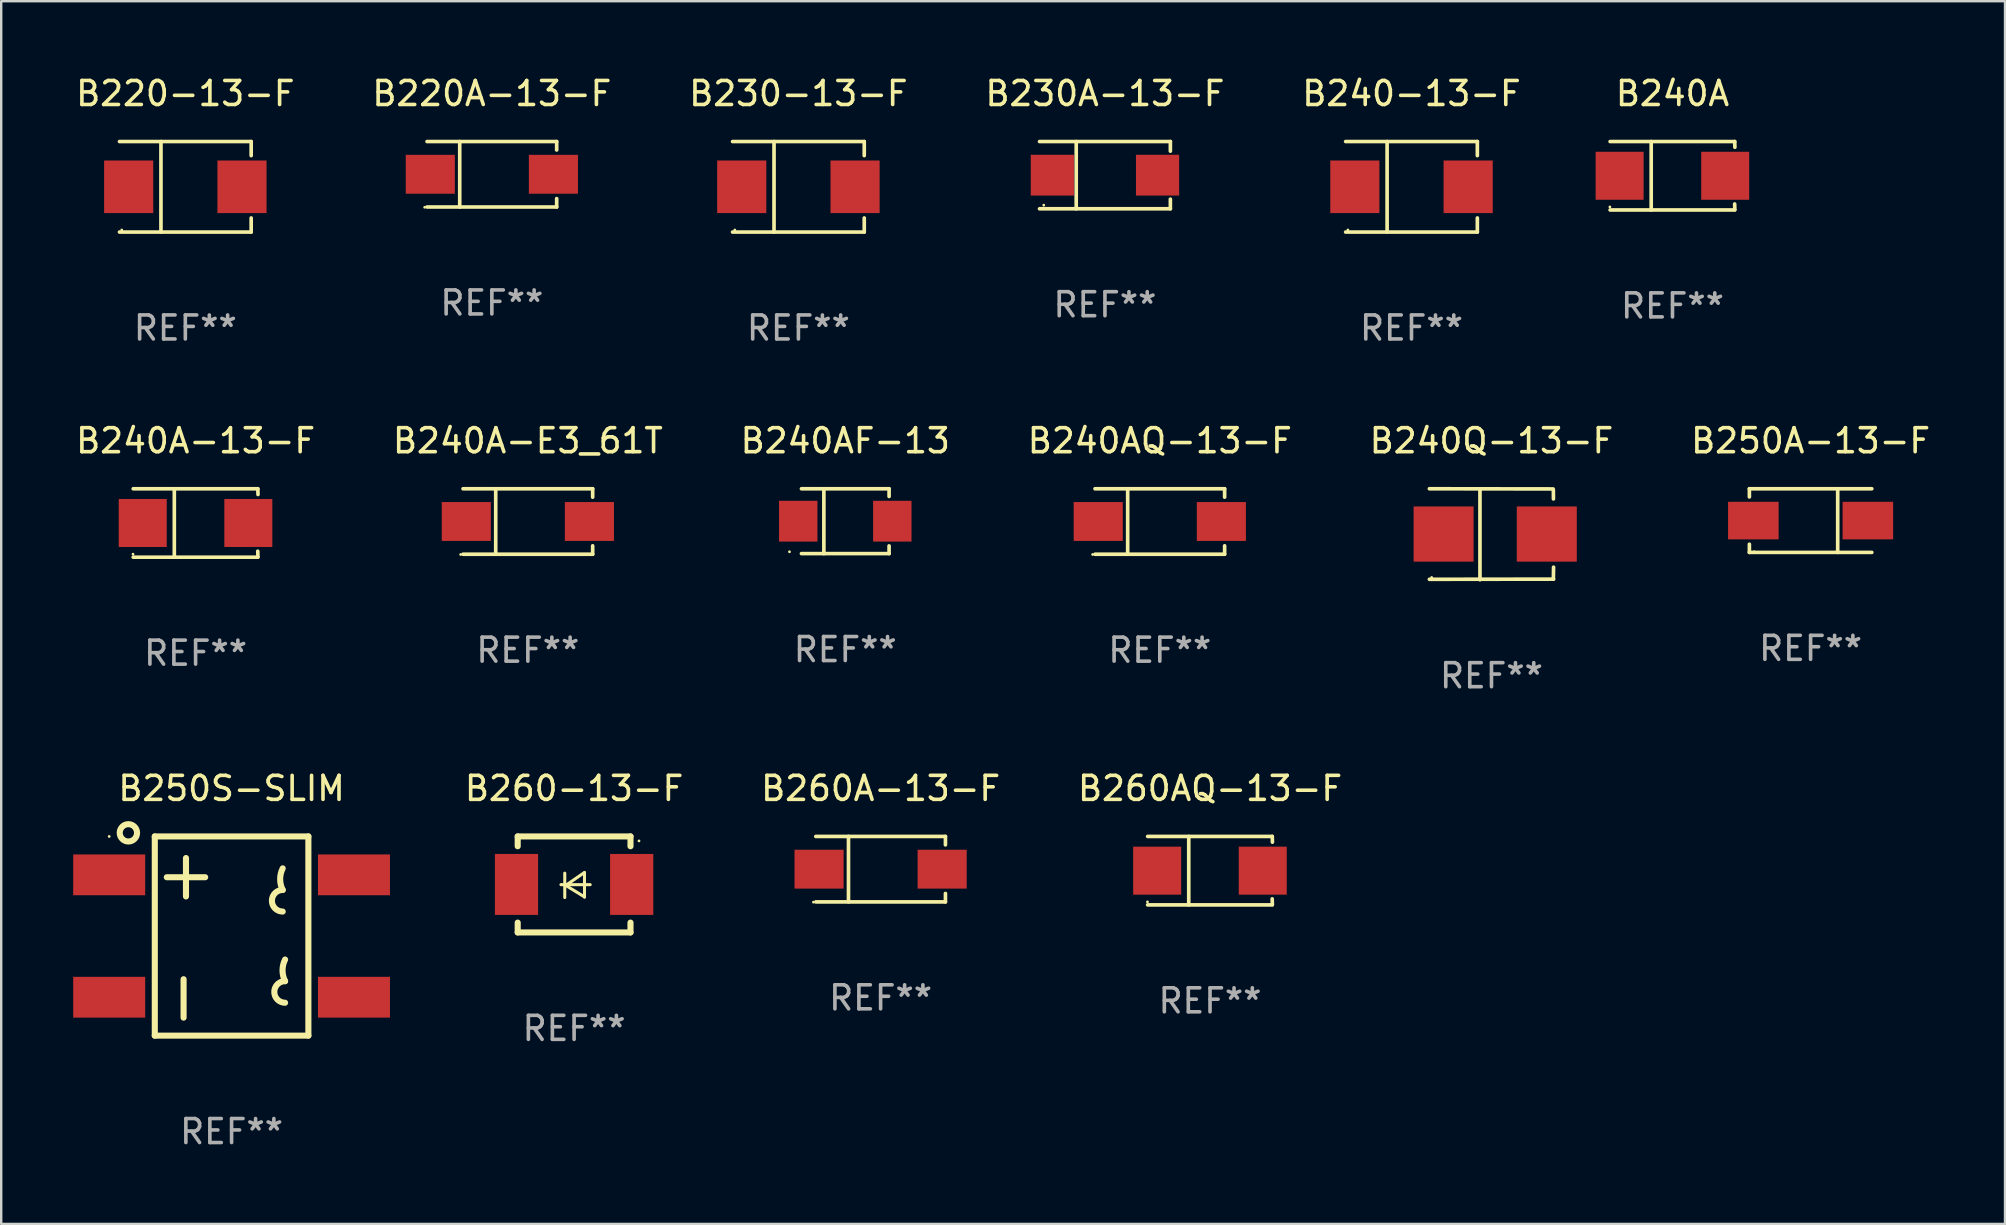
<source format=kicad_pcb>
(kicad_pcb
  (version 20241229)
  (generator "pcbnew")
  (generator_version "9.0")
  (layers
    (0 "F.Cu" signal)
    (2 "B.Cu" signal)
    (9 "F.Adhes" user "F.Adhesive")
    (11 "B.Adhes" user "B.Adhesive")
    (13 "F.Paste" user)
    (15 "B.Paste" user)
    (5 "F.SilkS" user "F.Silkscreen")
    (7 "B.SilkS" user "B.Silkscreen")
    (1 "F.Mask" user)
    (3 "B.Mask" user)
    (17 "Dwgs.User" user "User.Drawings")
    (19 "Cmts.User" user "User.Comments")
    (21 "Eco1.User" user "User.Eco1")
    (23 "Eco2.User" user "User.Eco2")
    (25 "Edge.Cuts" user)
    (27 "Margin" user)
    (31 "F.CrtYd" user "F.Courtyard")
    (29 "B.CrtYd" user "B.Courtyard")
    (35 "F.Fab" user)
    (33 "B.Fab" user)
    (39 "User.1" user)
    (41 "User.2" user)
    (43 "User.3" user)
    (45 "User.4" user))
  (footprint "B240A"
    (layer "F.Cu")
    (at 66.644 4.274)
    (property "Reference" "B240A" (at 0 -3.426 0) (layer "F.SilkS") (effects (font (size 1 1) (thickness 0.15))))
    (attr through_hole)
    (fp_line (start -2.6 -1.426) (end 2.593 -1.426) (stroke (width 0.152) (type solid)) (layer "F.SilkS"))
    (fp_line (start -2.6 1.426) (end 2.593 1.426) (stroke (width 0.152) (type solid)) (layer "F.SilkS"))
    (fp_line (start -0.887 -1.426) (end -0.887 1.426) (stroke (width 0.152) (type solid)) (layer "F.SilkS"))
    (fp_line (start 2.59 1.176) (end 2.597 1.415) (stroke (width 0.152) (type solid)) (layer "F.SilkS"))
    (fp_line (start 2.593 -1.426) (end 2.6 -1.187) (stroke (width 0.152) (type solid)) (layer "F.SilkS"))
    (fp_circle (center -2.608 1.3) (end -2.578 1.3) (stroke (width 0.06) (type solid)) (fill no) (layer "F.SilkS"))
    (fp_text user "REF**" (at 0 5.426 0) (layer "F.Fab") (effects (font (size 1 1) (thickness 0.15))))
    (pad "1" smd rect (at -2.203 0 180) (size 2 2) (layers "F.Cu" "F.Mask" "F.Paste"))
    (pad "2" smd rect (at 2.197 0 180) (size 2 2) (layers "F.Cu" "F.Mask" "F.Paste")))
  (footprint "B260A-13-F"
    (layer "F.Cu")
    (at 33.646 33.169)
    (property "Reference" "B260A-13-F" (at 0 -3.364 0) (layer "F.SilkS") (effects (font (size 1 1) (thickness 0.15))))
    (attr through_hole)
    (fp_line (start -2.701 -1.364) (end 2.701 -1.364) (stroke (width 0.152) (type solid)) (layer "F.SilkS"))
    (fp_line (start -2.701 1.364) (end 2.701 1.364) (stroke (width 0.152) (type solid)) (layer "F.SilkS"))
    (fp_line (start -1.339 -1.364) (end -1.339 1.364) (stroke (width 0.152) (type solid)) (layer "F.SilkS"))
    (fp_line (start 2.701 -1.364) (end 2.701 -1.013) (stroke (width 0.152) (type solid)) (layer "F.SilkS"))
    (fp_line (start 2.701 1.364) (end 2.701 1.013) (stroke (width 0.152) (type solid)) (layer "F.SilkS"))
    (fp_circle (center -2.8 1.375) (end -2.77 1.375) (stroke (width 0.06) (type solid)) (fill no) (layer "F.SilkS"))
    (fp_text user "REF**" (at 0 5.364 0) (layer "F.Fab") (effects (font (size 1 1) (thickness 0.15))))
    (pad "1" smd rect (at -2.565 -0.000025) (size 2.046 1.62) (layers "F.Cu" "F.Mask" "F.Paste"))
    (pad "2" smd rect (at 2.565 -0.000025) (size 2.046 1.62) (layers "F.Cu" "F.Mask" "F.Paste")))
  (footprint "B240AF-13"
    (layer "F.Cu")
    (at 32.173 18.668)
    (property "Reference" "B240AF-13" (at 0 -3.351 0) (layer "F.SilkS") (effects (font (size 1 1) (thickness 0.15))))
    (attr through_hole)
    (fp_line (start -1.826 -1.351) (end 1.826 -1.351) (stroke (width 0.152) (type solid)) (layer "F.SilkS"))
    (fp_line (start -1.826 1.351) (end 1.826 1.351) (stroke (width 0.152) (type solid)) (layer "F.SilkS"))
    (fp_line (start -0.892 -1.351) (end -0.892 1.351) (stroke (width 0.152) (type solid)) (layer "F.SilkS"))
    (fp_line (start 1.826 -1.351) (end 1.826 -1.03) (stroke (width 0.152) (type solid)) (layer "F.SilkS"))
    (fp_line (start 1.826 1.03) (end 1.826 1.351) (stroke (width 0.152) (type solid)) (layer "F.SilkS"))
    (fp_circle (center -2.325 1.275) (end -2.295 1.275) (stroke (width 0.06) (type solid)) (fill no) (layer "F.SilkS"))
    (fp_text user "REF**" (at 0 5.351 0) (layer "F.Fab") (effects (font (size 1 1) (thickness 0.15))))
    (pad "1" smd rect (at -1.96 0 180) (size 1.6 1.7) (layers "F.Cu" "F.Mask" "F.Paste"))
    (pad "2" smd rect (at 1.96 0 180) (size 1.6 1.7) (layers "F.Cu" "F.Mask" "F.Paste")))
  (footprint "B240A-E3_61T"
    (layer "F.Cu")
    (at 18.946 18.681)
    (property "Reference" "B240A-E3_61T" (at 0 -3.364 0) (layer "F.SilkS") (effects (font (size 1 1) (thickness 0.15))))
    (attr through_hole)
    (fp_line (start -2.701 -1.364) (end 2.701 -1.364) (stroke (width 0.152) (type solid)) (layer "F.SilkS"))
    (fp_line (start -2.701 1.364) (end 2.701 1.364) (stroke (width 0.152) (type solid)) (layer "F.SilkS"))
    (fp_line (start -1.339 -1.364) (end -1.339 1.364) (stroke (width 0.152) (type solid)) (layer "F.SilkS"))
    (fp_line (start 2.701 -1.364) (end 2.701 -1.013) (stroke (width 0.152) (type solid)) (layer "F.SilkS"))
    (fp_line (start 2.701 1.364) (end 2.701 1.013) (stroke (width 0.152) (type solid)) (layer "F.SilkS"))
    (fp_circle (center -2.8 1.375) (end -2.77 1.375) (stroke (width 0.06) (type solid)) (fill no) (layer "F.SilkS"))
    (fp_text user "REF**" (at 0 5.364 0) (layer "F.Fab") (effects (font (size 1 1) (thickness 0.15))))
    (pad "1" smd rect (at -2.565 -0.000025) (size 2.046 1.62) (layers "F.Cu" "F.Mask" "F.Paste"))
    (pad "2" smd rect (at 2.565 -0.000025) (size 2.046 1.62) (layers "F.Cu" "F.Mask" "F.Paste")))
  (footprint "B250A-13-F"
    (layer "F.Cu")
    (at 72.399 18.643)
    (property "Reference" "B250A-13-F" (at 0 -3.326 0) (layer "F.SilkS") (effects (font (size 1 1) (thickness 0.15))))
    (attr through_hole)
    (fp_line (start -2.551 -1.326) (end -2.551 -0.986) (stroke (width 0.152) (type solid)) (layer "F.SilkS"))
    (fp_line (start -2.551 1.326) (end -2.551 0.986) (stroke (width 0.152) (type solid)) (layer "F.SilkS"))
    (fp_line (start 1.129 1.326) (end 1.129 -1.326) (stroke (width 0.152) (type solid)) (layer "F.SilkS"))
    (fp_line (start 2.551 -1.326) (end -2.551 -1.326) (stroke (width 0.152) (type solid)) (layer "F.SilkS"))
    (fp_line (start 2.551 1.326) (end -2.551 1.326) (stroke (width 0.152) (type solid)) (layer "F.SilkS"))
    (fp_circle (center -2.35 1.3) (end -2.32 1.3) (stroke (width 0.06) (type solid)) (fill no) (layer "F.SilkS"))
    (fp_text user "REF**" (at 0 5.326 0) (layer "F.Fab") (effects (font (size 1 1) (thickness 0.15))))
    (pad "1" smd rect (at -2.386 0) (size 2.107 1.566) (layers "F.Cu" "F.Mask" "F.Paste"))
    (pad "2" smd rect (at 2.386 0) (size 2.107 1.566) (layers "F.Cu" "F.Mask" "F.Paste")))
  (footprint "B240A-13-F"
    (layer "F.Cu")
    (at 5.101 18.743)
    (property "Reference" "B240A-13-F" (at 0 -3.426 0) (layer "F.SilkS") (effects (font (size 1 1) (thickness 0.15))))
    (attr through_hole)
    (fp_line (start -2.6 -1.426) (end 2.593 -1.426) (stroke (width 0.152) (type solid)) (layer "F.SilkS"))
    (fp_line (start -2.6 1.426) (end 2.593 1.426) (stroke (width 0.152) (type solid)) (layer "F.SilkS"))
    (fp_line (start -0.887 -1.426) (end -0.887 1.426) (stroke (width 0.152) (type solid)) (layer "F.SilkS"))
    (fp_line (start 2.59 1.176) (end 2.597 1.415) (stroke (width 0.152) (type solid)) (layer "F.SilkS"))
    (fp_line (start 2.593 -1.426) (end 2.6 -1.187) (stroke (width 0.152) (type solid)) (layer "F.SilkS"))
    (fp_circle (center -2.608 1.3) (end -2.578 1.3) (stroke (width 0.06) (type solid)) (fill no) (layer "F.SilkS"))
    (fp_text user "REF**" (at 0 5.426 0) (layer "F.Fab") (effects (font (size 1 1) (thickness 0.15))))
    (pad "1" smd rect (at -2.203 0 180) (size 2 2) (layers "F.Cu" "F.Mask" "F.Paste"))
    (pad "2" smd rect (at 2.197 0 180) (size 2 2) (layers "F.Cu" "F.Mask" "F.Paste")))
  (footprint "B240AQ-13-F"
    (layer "F.Cu")
    (at 45.28 18.681)
    (property "Reference" "B240AQ-13-F" (at 0 -3.364 0) (layer "F.SilkS") (effects (font (size 1 1) (thickness 0.15))))
    (attr through_hole)
    (fp_line (start -2.701 -1.364) (end 2.701 -1.364) (stroke (width 0.152) (type solid)) (layer "F.SilkS"))
    (fp_line (start -2.701 1.364) (end 2.701 1.364) (stroke (width 0.152) (type solid)) (layer "F.SilkS"))
    (fp_line (start -1.339 -1.364) (end -1.339 1.364) (stroke (width 0.152) (type solid)) (layer "F.SilkS"))
    (fp_line (start 2.701 -1.364) (end 2.701 -1.013) (stroke (width 0.152) (type solid)) (layer "F.SilkS"))
    (fp_line (start 2.701 1.364) (end 2.701 1.013) (stroke (width 0.152) (type solid)) (layer "F.SilkS"))
    (fp_circle (center -2.8 1.375) (end -2.77 1.375) (stroke (width 0.06) (type solid)) (fill no) (layer "F.SilkS"))
    (fp_text user "REF**" (at 0 5.364 0) (layer "F.Fab") (effects (font (size 1 1) (thickness 0.15))))
    (pad "1" smd rect (at -2.565 -0.000025) (size 2.046 1.62) (layers "F.Cu" "F.Mask" "F.Paste"))
    (pad "2" smd rect (at 2.565 -0.000025) (size 2.046 1.62) (layers "F.Cu" "F.Mask" "F.Paste")))
  (footprint "B260-13-F"
    (layer "F.Cu")
    (at 20.873 33.805)
    (property "Reference" "B260-13-F" (at 0 -4 0) (layer "F.SilkS") (effects (font (size 1 1) (thickness 0.15))))
    (attr through_hole)
    (fp_line (start -2.35 -2) (end -2.35 -1.591) (stroke (width 0.254) (type solid)) (layer "F.SilkS"))
    (fp_line (start -2.35 -2) (end 2.35 -2) (stroke (width 0.254) (type solid)) (layer "F.SilkS"))
    (fp_line (start -2.35 1.591) (end -2.35 2) (stroke (width 0.254) (type solid)) (layer "F.SilkS"))
    (fp_line (start -2.35 2) (end 2.35 2) (stroke (width 0.254) (type solid)) (layer "F.SilkS"))
    (fp_line (start -0.548 0.01) (end 0.671 0.01) (stroke (width 0.127) (type solid)) (layer "F.SilkS"))
    (fp_line (start -0.389 -0.47) (end -0.389 0.546) (stroke (width 0.127) (type solid)) (layer "F.SilkS"))
    (fp_line (start -0.35 0.04) (end 0.433 0.52) (stroke (width 0.127) (type solid)) (layer "F.SilkS"))
    (fp_line (start 0.433 -0.5) (end -0.35 0.04) (stroke (width 0.127) (type solid)) (layer "F.SilkS"))
    (fp_line (start 0.433 0.53) (end 0.433 -0.486) (stroke (width 0.127) (type solid)) (layer "F.SilkS"))
    (fp_line (start 2.35 -2) (end 2.35 -1.591) (stroke (width 0.254) (type solid)) (layer "F.SilkS"))
    (fp_line (start 2.35 1.591) (end 2.35 2) (stroke (width 0.254) (type solid)) (layer "F.SilkS"))
    (fp_circle (center 2.704 -1.813) (end 2.734 -1.813) (stroke (width 0.06) (type solid)) (fill no) (layer "F.SilkS"))
    (fp_text user "REF**" (at 0 6 0) (layer "F.Fab") (effects (font (size 1 1) (thickness 0.15))))
    (pad "1" smd rect (at 2.4 0) (size 1.8 2.54) (layers "F.Cu" "F.Mask" "F.Paste"))
    (pad "2" smd rect (at -2.4 0) (size 1.8 2.54) (layers "F.Cu" "F.Mask" "F.Paste")))
  (footprint "B250S-SLIM"
    (layer "F.Cu")
    (at 6.6 35.955)
    (property "Reference" "B250S-SLIM" (at 0 -6.15 0) (layer "F.SilkS") (effects (font (size 1 1) (thickness 0.15))))
    (attr through_hole)
    (fp_line (start -3.2 -4.15) (end -3.2 4.15) (stroke (width 0.254) (type solid)) (layer "F.SilkS"))
    (fp_line (start -3.2 4.15) (end 3.2 4.15) (stroke (width 0.254) (type solid)) (layer "F.SilkS"))
    (fp_line (start -2.7 -2.45) (end -1.1 -2.45) (stroke (width 0.254) (type solid)) (layer "F.SilkS"))
    (fp_line (start -2 3.4) (end -2 1.8) (stroke (width 0.254) (type solid)) (layer "F.SilkS"))
    (fp_line (start -1.9 -1.65) (end -1.9 -3.25) (stroke (width 0.254) (type solid)) (layer "F.SilkS"))
    (fp_line (start 3.2 -4.15) (end -3.2 -4.15) (stroke (width 0.254) (type solid)) (layer "F.SilkS"))
    (fp_line (start 3.2 4.15) (end 3.2 -4.15) (stroke (width 0.254) (type solid)) (layer "F.SilkS"))
    (fp_arc (start 2.130455 -1.920016) (mid 2.024226 -2.370015) (end 2.130455 -2.820015) (stroke (width 0.254001) (type solid)) (layer "F.SilkS"))
    (fp_arc (start 2.130455 -1.020015) (mid 1.680467 -1.470015) (end 2.130454 -1.920015) (stroke (width 0.254001) (type solid)) (layer "F.SilkS"))
    (fp_arc (start 2.229566 1.879984) (mid 2.123337 1.429985) (end 2.229566 0.979985) (stroke (width 0.254001) (type solid)) (layer "F.SilkS"))
    (fp_arc (start 2.229566 2.779985) (mid 1.779578 2.329985) (end 2.229565 1.879985) (stroke (width 0.254001) (type solid)) (layer "F.SilkS"))
    (fp_circle (center -5.1 -4.15) (end -5.07 -4.15) (stroke (width 0.06) (type solid)) (fill no) (layer "F.SilkS"))
    (fp_circle (center -4.3 -4.3) (end -3.939 -4.3) (stroke (width 0.254) (type solid)) (fill no) (layer "F.SilkS"))
    (fp_text user "REF**" (at 0 8.15 0) (layer "F.Fab") (effects (font (size 1 1) (thickness 0.15))))
    (pad "1" smd rect (at -5.1 -2.55 270) (size 1.7 3) (layers "F.Cu" "F.Mask" "F.Paste"))
    (pad "2" smd rect (at -5.1 2.55 270) (size 1.7 3) (layers "F.Cu" "F.Mask" "F.Paste"))
    (pad "3" smd rect (at 5.1 2.55 270) (size 1.7 3) (layers "F.Cu" "F.Mask" "F.Paste"))
    (pad "4" smd rect (at 5.1 -2.55 270) (size 1.7 3) (layers "F.Cu" "F.Mask" "F.Paste")))
  (footprint "B240-13-F"
    (layer "F.Cu")
    (at 55.768 4.734)
    (property "Reference" "B240-13-F" (at 0 -3.886 0) (layer "F.SilkS") (effects (font (size 1 1) (thickness 0.15))))
    (attr through_hole)
    (fp_line (start -2.744 -1.886) (end 2.744 -1.886) (stroke (width 0.152) (type solid)) (layer "F.SilkS"))
    (fp_line (start -2.744 1.886) (end 2.744 1.886) (stroke (width 0.152) (type solid)) (layer "F.SilkS"))
    (fp_line (start -1.016 -1.886) (end -1.016 1.886) (stroke (width 0.152) (type solid)) (layer "F.SilkS"))
    (fp_line (start 2.744 -1.886) (end 2.744 -1.299) (stroke (width 0.152) (type solid)) (layer "F.SilkS"))
    (fp_line (start 2.744 1.886) (end 2.744 1.299) (stroke (width 0.152) (type solid)) (layer "F.SilkS"))
    (fp_circle (center -2.65 1.8) (end -2.62 1.8) (stroke (width 0.06) (type solid)) (fill no) (layer "F.SilkS"))
    (fp_text user "REF**" (at 0 5.886 0) (layer "F.Fab") (effects (font (size 1 1) (thickness 0.15))))
    (pad "1" smd rect (at -2.361 0) (size 2.047 2.192) (layers "F.Cu" "F.Mask" "F.Paste"))
    (pad "2" smd rect (at 2.361 0) (size 2.047 2.192) (layers "F.Cu" "F.Mask" "F.Paste")))
  (footprint "B240Q-13-F"
    (layer "F.Cu")
    (at 59.101 19.213)
    (property "Reference" "B240Q-13-F" (at 0 -3.896 0) (layer "F.SilkS") (effects (font (size 1 1) (thickness 0.15))))
    (attr through_hole)
    (fp_line (start -2.588 -1.896) (end 2.568 -1.889) (stroke (width 0.152) (type solid)) (layer "F.SilkS"))
    (fp_line (start -2.588 1.877) (end 2.588 1.87) (stroke (width 0.152) (type solid)) (layer "F.SilkS"))
    (fp_line (start -0.48 1.896) (end -0.48 -1.871) (stroke (width 0.152) (type solid)) (layer "F.SilkS"))
    (fp_line (start 2.579 -1.849) (end 2.582 -1.472) (stroke (width 0.152) (type solid)) (layer "F.SilkS"))
    (fp_line (start 2.579 1.867) (end 2.587 1.372) (stroke (width 0.152) (type solid)) (layer "F.SilkS"))
    (fp_circle (center -2.492 1.801) (end -2.462 1.801) (stroke (width 0.06) (type solid)) (fill no) (layer "F.SilkS"))
    (fp_text user "REF**" (at 0 5.896 0) (layer "F.Fab") (effects (font (size 1 1) (thickness 0.15))))
    (pad "1" smd rect (at -1.995 -0.009) (size 2.5 2.3) (layers "F.Cu" "F.Mask" "F.Paste"))
    (pad "2" smd rect (at 2.305 -0.009) (size 2.5 2.3) (layers "F.Cu" "F.Mask" "F.Paste")))
  (footprint "B230A-13-F"
    (layer "F.Cu")
    (at 42.994 4.249)
    (property "Reference" "B230A-13-F" (at 0 -3.401 0) (layer "F.SilkS") (effects (font (size 1 1) (thickness 0.15))))
    (attr through_hole)
    (fp_line (start -2.726 -1.401) (end 2.726 -1.401) (stroke (width 0.152) (type solid)) (layer "F.SilkS"))
    (fp_line (start -2.726 1.401) (end 2.726 1.401) (stroke (width 0.152) (type solid)) (layer "F.SilkS"))
    (fp_line (start -1.197 -1.401) (end -1.197 1.401) (stroke (width 0.152) (type solid)) (layer "F.SilkS"))
    (fp_line (start 2.726 -1.401) (end 2.726 -1) (stroke (width 0.152) (type solid)) (layer "F.SilkS"))
    (fp_line (start 2.726 1.401) (end 2.726 1) (stroke (width 0.152) (type solid)) (layer "F.SilkS"))
    (fp_circle (center -2.55 1.25) (end -2.52 1.25) (stroke (width 0.06) (type solid)) (fill no) (layer "F.SilkS"))
    (fp_text user "REF**" (at 0 5.401 0) (layer "F.Fab") (effects (font (size 1 1) (thickness 0.15))))
    (pad "1" smd rect (at -2.192 0) (size 1.8 1.7) (layers "F.Cu" "F.Mask" "F.Paste"))
    (pad "2" smd rect (at 2.192 0) (size 1.8 1.7) (layers "F.Cu" "F.Mask" "F.Paste")))
  (footprint "B260AQ-13-F"
    (layer "F.Cu")
    (at 47.373 33.231)
    (property "Reference" "B260AQ-13-F" (at 0 -3.426 0) (layer "F.SilkS") (effects (font (size 1 1) (thickness 0.15))))
    (attr through_hole)
    (fp_line (start -2.6 -1.426) (end 2.593 -1.426) (stroke (width 0.152) (type solid)) (layer "F.SilkS"))
    (fp_line (start -2.6 1.426) (end 2.593 1.426) (stroke (width 0.152) (type solid)) (layer "F.SilkS"))
    (fp_line (start -0.887 -1.426) (end -0.887 1.426) (stroke (width 0.152) (type solid)) (layer "F.SilkS"))
    (fp_line (start 2.59 1.176) (end 2.597 1.415) (stroke (width 0.152) (type solid)) (layer "F.SilkS"))
    (fp_line (start 2.593 -1.426) (end 2.6 -1.187) (stroke (width 0.152) (type solid)) (layer "F.SilkS"))
    (fp_circle (center -2.608 1.3) (end -2.578 1.3) (stroke (width 0.06) (type solid)) (fill no) (layer "F.SilkS"))
    (fp_text user "REF**" (at 0 5.426 0) (layer "F.Fab") (effects (font (size 1 1) (thickness 0.15))))
    (pad "1" smd rect (at -2.203 0 180) (size 2 2) (layers "F.Cu" "F.Mask" "F.Paste"))
    (pad "2" smd rect (at 2.197 0 180) (size 2 2) (layers "F.Cu" "F.Mask" "F.Paste")))
  (footprint "B230-13-F"
    (layer "F.Cu")
    (at 30.22 4.734)
    (property "Reference" "B230-13-F" (at 0 -3.886 0) (layer "F.SilkS") (effects (font (size 1 1) (thickness 0.15))))
    (attr through_hole)
    (fp_line (start -2.744 -1.886) (end 2.744 -1.886) (stroke (width 0.152) (type solid)) (layer "F.SilkS"))
    (fp_line (start -2.744 1.886) (end 2.744 1.886) (stroke (width 0.152) (type solid)) (layer "F.SilkS"))
    (fp_line (start -1.016 -1.886) (end -1.016 1.886) (stroke (width 0.152) (type solid)) (layer "F.SilkS"))
    (fp_line (start 2.744 -1.886) (end 2.744 -1.299) (stroke (width 0.152) (type solid)) (layer "F.SilkS"))
    (fp_line (start 2.744 1.886) (end 2.744 1.299) (stroke (width 0.152) (type solid)) (layer "F.SilkS"))
    (fp_circle (center -2.65 1.8) (end -2.62 1.8) (stroke (width 0.06) (type solid)) (fill no) (layer "F.SilkS"))
    (fp_text user "REF**" (at 0 5.886 0) (layer "F.Fab") (effects (font (size 1 1) (thickness 0.15))))
    (pad "1" smd rect (at -2.361 0) (size 2.047 2.192) (layers "F.Cu" "F.Mask" "F.Paste"))
    (pad "2" smd rect (at 2.361 0) (size 2.047 2.192) (layers "F.Cu" "F.Mask" "F.Paste")))
  (footprint "B220A-13-F"
    (layer "F.Cu")
    (at 17.446 4.212)
    (property "Reference" "B220A-13-F" (at 0 -3.364 0) (layer "F.SilkS") (effects (font (size 1 1) (thickness 0.15))))
    (attr through_hole)
    (fp_line (start -2.701 -1.364) (end 2.701 -1.364) (stroke (width 0.152) (type solid)) (layer "F.SilkS"))
    (fp_line (start -2.701 1.364) (end 2.701 1.364) (stroke (width 0.152) (type solid)) (layer "F.SilkS"))
    (fp_line (start -1.339 -1.364) (end -1.339 1.364) (stroke (width 0.152) (type solid)) (layer "F.SilkS"))
    (fp_line (start 2.701 -1.364) (end 2.701 -1.013) (stroke (width 0.152) (type solid)) (layer "F.SilkS"))
    (fp_line (start 2.701 1.364) (end 2.701 1.013) (stroke (width 0.152) (type solid)) (layer "F.SilkS"))
    (fp_circle (center -2.8 1.375) (end -2.77 1.375) (stroke (width 0.06) (type solid)) (fill no) (layer "F.SilkS"))
    (fp_text user "REF**" (at 0 5.364 0) (layer "F.Fab") (effects (font (size 1 1) (thickness 0.15))))
    (pad "1" smd rect (at -2.565 -0.000025) (size 2.046 1.62) (layers "F.Cu" "F.Mask" "F.Paste"))
    (pad "2" smd rect (at 2.565 -0.000025) (size 2.046 1.62) (layers "F.Cu" "F.Mask" "F.Paste")))
  (footprint "B220-13-F"
    (layer "F.Cu")
    (at 4.673 4.734)
    (property "Reference" "B220-13-F" (at 0 -3.886 0) (layer "F.SilkS") (effects (font (size 1 1) (thickness 0.15))))
    (attr through_hole)
    (fp_line (start -2.744 -1.886) (end 2.744 -1.886) (stroke (width 0.152) (type solid)) (layer "F.SilkS"))
    (fp_line (start -2.744 1.886) (end 2.744 1.886) (stroke (width 0.152) (type solid)) (layer "F.SilkS"))
    (fp_line (start -1.016 -1.886) (end -1.016 1.886) (stroke (width 0.152) (type solid)) (layer "F.SilkS"))
    (fp_line (start 2.744 -1.886) (end 2.744 -1.299) (stroke (width 0.152) (type solid)) (layer "F.SilkS"))
    (fp_line (start 2.744 1.886) (end 2.744 1.299) (stroke (width 0.152) (type solid)) (layer "F.SilkS"))
    (fp_circle (center -2.65 1.8) (end -2.62 1.8) (stroke (width 0.06) (type solid)) (fill no) (layer "F.SilkS"))
    (fp_text user "REF**" (at 0 5.886 0) (layer "F.Fab") (effects (font (size 1 1) (thickness 0.15))))
    (pad "1" smd rect (at -2.361 0) (size 2.047 2.192) (layers "F.Cu" "F.Mask" "F.Paste"))
    (pad "2" smd rect (at 2.361 0) (size 2.047 2.192) (layers "F.Cu" "F.Mask" "F.Paste")))
  (gr_rect
    (start -3 -3)
    (end 80.5 47.953)
    (stroke (width 0.1) (type default))
    (fill no)
    (layer "Edge.Cuts")))
</source>
